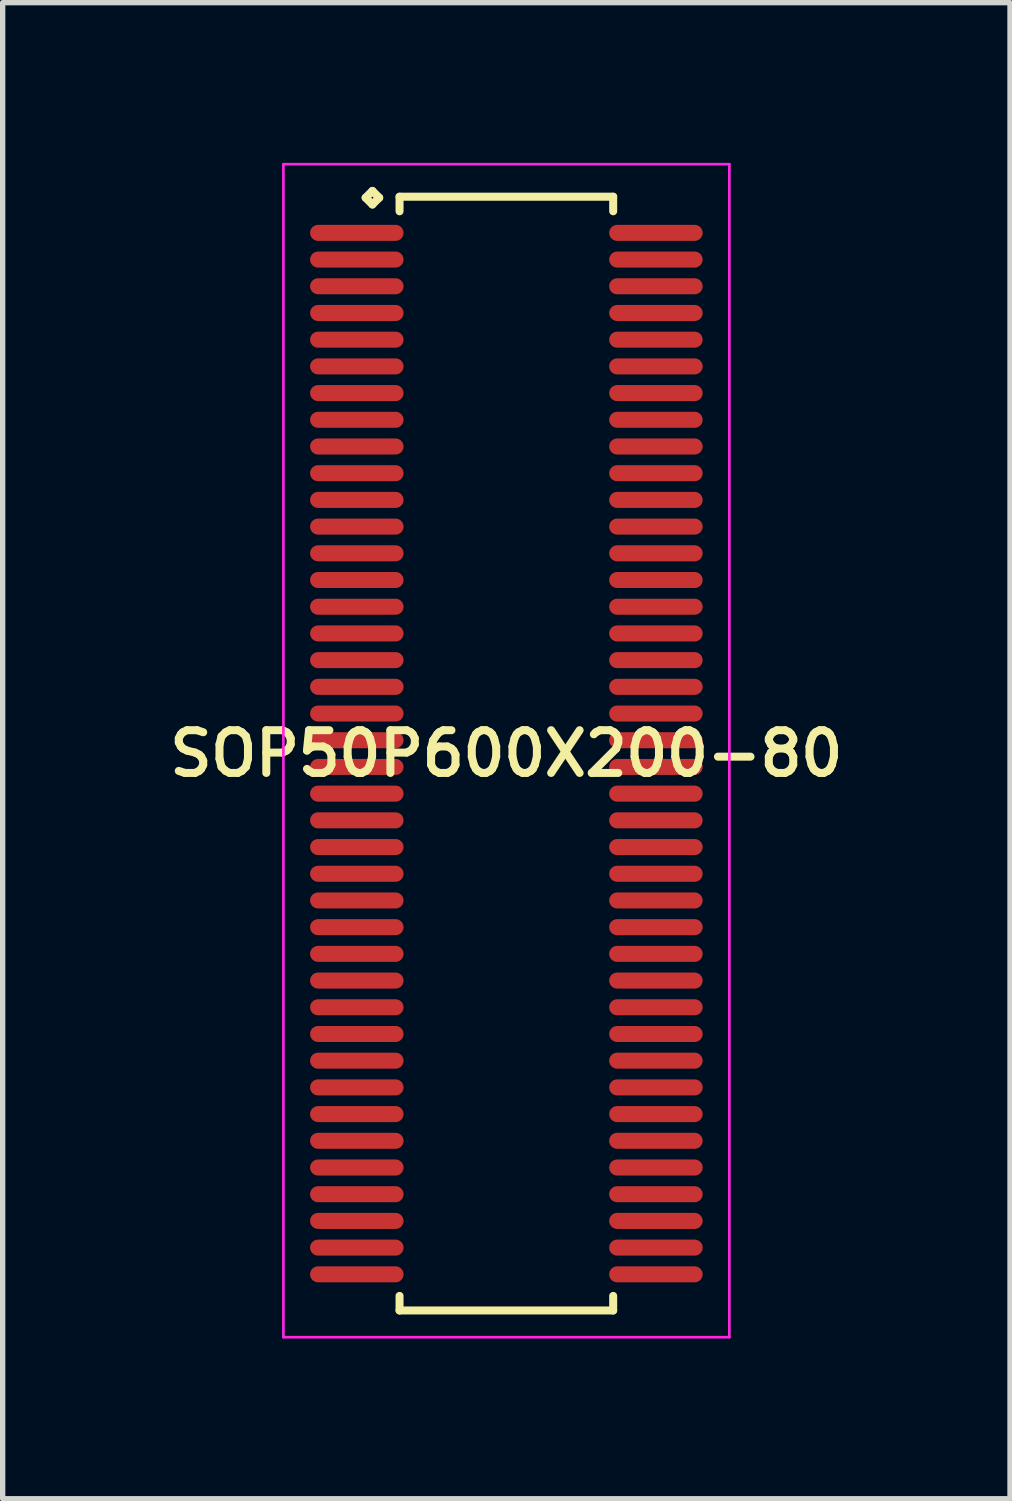
<source format=kicad_pcb>
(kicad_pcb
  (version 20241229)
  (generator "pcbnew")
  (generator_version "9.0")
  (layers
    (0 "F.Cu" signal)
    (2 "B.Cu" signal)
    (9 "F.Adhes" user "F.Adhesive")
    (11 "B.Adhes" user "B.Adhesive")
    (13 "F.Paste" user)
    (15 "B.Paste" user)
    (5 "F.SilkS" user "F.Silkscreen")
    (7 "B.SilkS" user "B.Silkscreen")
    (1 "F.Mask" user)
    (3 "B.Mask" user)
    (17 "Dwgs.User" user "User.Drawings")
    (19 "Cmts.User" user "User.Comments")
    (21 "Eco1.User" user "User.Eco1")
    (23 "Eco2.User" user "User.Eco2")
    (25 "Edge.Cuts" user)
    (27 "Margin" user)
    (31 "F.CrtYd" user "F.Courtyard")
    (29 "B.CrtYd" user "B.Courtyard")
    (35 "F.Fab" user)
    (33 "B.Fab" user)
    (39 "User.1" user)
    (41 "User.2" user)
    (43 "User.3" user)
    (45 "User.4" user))
  (footprint "SOP50P600X200-80"
    (layer "F.Cu")
    (at 6.431 11.06)
    (property "Reference" "SOP50P600X200-80" (at 0 0 0) (layer "F.SilkS") (effects (font (size 0.8 0.8) (thickness 0.15))))
    (attr smd)
    (fp_line (start -2.635 -10.408) (end -2.508 -10.535) (stroke (width 0.15) (type solid)) (layer "F.SilkS"))
    (fp_line (start -2.508 -10.535) (end -2.381 -10.408) (stroke (width 0.15) (type solid)) (layer "F.SilkS"))
    (fp_line (start -2.508 -10.281) (end -2.635 -10.408) (stroke (width 0.15) (type solid)) (layer "F.SilkS"))
    (fp_line (start -2.381 -10.408) (end -2.508 -10.281) (stroke (width 0.15) (type solid)) (layer "F.SilkS"))
    (fp_line (start -2 -10.427) (end 2 -10.427) (stroke (width 0.15) (type solid)) (layer "F.SilkS"))
    (fp_line (start -2 -10.154) (end -2 -10.427) (stroke (width 0.15) (type solid)) (layer "F.SilkS"))
    (fp_line (start -2 10.154) (end -2 10.427) (stroke (width 0.15) (type solid)) (layer "F.SilkS"))
    (fp_line (start -2 10.427) (end 2 10.427) (stroke (width 0.15) (type solid)) (layer "F.SilkS"))
    (fp_line (start 2 -10.427) (end 2 -10.154) (stroke (width 0.15) (type solid)) (layer "F.SilkS"))
    (fp_line (start 2 10.427) (end 2 10.154) (stroke (width 0.15) (type solid)) (layer "F.SilkS"))
    (fp_line (start -4.175 -11.035) (end 4.175 -11.035) (stroke (width 0.05) (type solid)) (layer "F.CrtYd"))
    (fp_line (start -4.175 10.927) (end -4.175 -11.035) (stroke (width 0.05) (type solid)) (layer "F.CrtYd"))
    (fp_line (start 4.175 -11.035) (end 4.175 10.927) (stroke (width 0.05) (type solid)) (layer "F.CrtYd"))
    (fp_line (start 4.175 10.927) (end -4.175 10.927) (stroke (width 0.05) (type solid)) (layer "F.CrtYd"))
    (pad "1" smd oval (at -2.8 -9.75) (size 1.75 0.3) (layers "F.Cu" "F.Mask" "F.Paste"))
    (pad "2" smd oval (at -2.8 -9.25) (size 1.75 0.3) (layers "F.Cu" "F.Mask" "F.Paste"))
    (pad "3" smd oval (at -2.8 -8.75) (size 1.75 0.3) (layers "F.Cu" "F.Mask" "F.Paste"))
    (pad "4" smd oval (at -2.8 -8.25) (size 1.75 0.3) (layers "F.Cu" "F.Mask" "F.Paste"))
    (pad "5" smd oval (at -2.8 -7.75) (size 1.75 0.3) (layers "F.Cu" "F.Mask" "F.Paste"))
    (pad "6" smd oval (at -2.8 -7.25) (size 1.75 0.3) (layers "F.Cu" "F.Mask" "F.Paste"))
    (pad "7" smd oval (at -2.8 -6.75) (size 1.75 0.3) (layers "F.Cu" "F.Mask" "F.Paste"))
    (pad "8" smd oval (at -2.8 -6.25) (size 1.75 0.3) (layers "F.Cu" "F.Mask" "F.Paste"))
    (pad "9" smd oval (at -2.8 -5.75) (size 1.75 0.3) (layers "F.Cu" "F.Mask" "F.Paste"))
    (pad "10" smd oval (at -2.8 -5.25) (size 1.75 0.3) (layers "F.Cu" "F.Mask" "F.Paste"))
    (pad "11" smd oval (at -2.8 -4.75) (size 1.75 0.3) (layers "F.Cu" "F.Mask" "F.Paste"))
    (pad "12" smd oval (at -2.8 -4.25) (size 1.75 0.3) (layers "F.Cu" "F.Mask" "F.Paste"))
    (pad "13" smd oval (at -2.8 -3.75) (size 1.75 0.3) (layers "F.Cu" "F.Mask" "F.Paste"))
    (pad "14" smd oval (at -2.8 -3.25) (size 1.75 0.3) (layers "F.Cu" "F.Mask" "F.Paste"))
    (pad "15" smd oval (at -2.8 -2.75) (size 1.75 0.3) (layers "F.Cu" "F.Mask" "F.Paste"))
    (pad "16" smd oval (at -2.8 -2.25) (size 1.75 0.3) (layers "F.Cu" "F.Mask" "F.Paste"))
    (pad "17" smd oval (at -2.8 -1.75) (size 1.75 0.3) (layers "F.Cu" "F.Mask" "F.Paste"))
    (pad "18" smd oval (at -2.8 -1.25) (size 1.75 0.3) (layers "F.Cu" "F.Mask" "F.Paste"))
    (pad "19" smd oval (at -2.8 -0.75) (size 1.75 0.3) (layers "F.Cu" "F.Mask" "F.Paste"))
    (pad "20" smd oval (at -2.8 -0.25) (size 1.75 0.3) (layers "F.Cu" "F.Mask" "F.Paste"))
    (pad "21" smd oval (at -2.8 0.25) (size 1.75 0.3) (layers "F.Cu" "F.Mask" "F.Paste"))
    (pad "22" smd oval (at -2.8 0.75) (size 1.75 0.3) (layers "F.Cu" "F.Mask" "F.Paste"))
    (pad "23" smd oval (at -2.8 1.25) (size 1.75 0.3) (layers "F.Cu" "F.Mask" "F.Paste"))
    (pad "24" smd oval (at -2.8 1.75) (size 1.75 0.3) (layers "F.Cu" "F.Mask" "F.Paste"))
    (pad "25" smd oval (at -2.8 2.25) (size 1.75 0.3) (layers "F.Cu" "F.Mask" "F.Paste"))
    (pad "26" smd oval (at -2.8 2.75) (size 1.75 0.3) (layers "F.Cu" "F.Mask" "F.Paste"))
    (pad "27" smd oval (at -2.8 3.25) (size 1.75 0.3) (layers "F.Cu" "F.Mask" "F.Paste"))
    (pad "28" smd oval (at -2.8 3.75) (size 1.75 0.3) (layers "F.Cu" "F.Mask" "F.Paste"))
    (pad "29" smd oval (at -2.8 4.25) (size 1.75 0.3) (layers "F.Cu" "F.Mask" "F.Paste"))
    (pad "30" smd oval (at -2.8 4.75) (size 1.75 0.3) (layers "F.Cu" "F.Mask" "F.Paste"))
    (pad "31" smd oval (at -2.8 5.25) (size 1.75 0.3) (layers "F.Cu" "F.Mask" "F.Paste"))
    (pad "32" smd oval (at -2.8 5.75) (size 1.75 0.3) (layers "F.Cu" "F.Mask" "F.Paste"))
    (pad "33" smd oval (at -2.8 6.25) (size 1.75 0.3) (layers "F.Cu" "F.Mask" "F.Paste"))
    (pad "34" smd oval (at -2.8 6.75) (size 1.75 0.3) (layers "F.Cu" "F.Mask" "F.Paste"))
    (pad "35" smd oval (at -2.8 7.25) (size 1.75 0.3) (layers "F.Cu" "F.Mask" "F.Paste"))
    (pad "36" smd oval (at -2.8 7.75) (size 1.75 0.3) (layers "F.Cu" "F.Mask" "F.Paste"))
    (pad "37" smd oval (at -2.8 8.25) (size 1.75 0.3) (layers "F.Cu" "F.Mask" "F.Paste"))
    (pad "38" smd oval (at -2.8 8.75) (size 1.75 0.3) (layers "F.Cu" "F.Mask" "F.Paste"))
    (pad "39" smd oval (at -2.8 9.25) (size 1.75 0.3) (layers "F.Cu" "F.Mask" "F.Paste"))
    (pad "40" smd oval (at -2.8 9.75) (size 1.75 0.3) (layers "F.Cu" "F.Mask" "F.Paste"))
    (pad "41" smd oval (at 2.8 9.75) (size 1.75 0.3) (layers "F.Cu" "F.Mask" "F.Paste"))
    (pad "42" smd oval (at 2.8 9.25) (size 1.75 0.3) (layers "F.Cu" "F.Mask" "F.Paste"))
    (pad "43" smd oval (at 2.8 8.75) (size 1.75 0.3) (layers "F.Cu" "F.Mask" "F.Paste"))
    (pad "44" smd oval (at 2.8 8.25) (size 1.75 0.3) (layers "F.Cu" "F.Mask" "F.Paste"))
    (pad "45" smd oval (at 2.8 7.75) (size 1.75 0.3) (layers "F.Cu" "F.Mask" "F.Paste"))
    (pad "46" smd oval (at 2.8 7.25) (size 1.75 0.3) (layers "F.Cu" "F.Mask" "F.Paste"))
    (pad "47" smd oval (at 2.8 6.75) (size 1.75 0.3) (layers "F.Cu" "F.Mask" "F.Paste"))
    (pad "48" smd oval (at 2.8 6.25) (size 1.75 0.3) (layers "F.Cu" "F.Mask" "F.Paste"))
    (pad "49" smd oval (at 2.8 5.75) (size 1.75 0.3) (layers "F.Cu" "F.Mask" "F.Paste"))
    (pad "50" smd oval (at 2.8 5.25) (size 1.75 0.3) (layers "F.Cu" "F.Mask" "F.Paste"))
    (pad "51" smd oval (at 2.8 4.75) (size 1.75 0.3) (layers "F.Cu" "F.Mask" "F.Paste"))
    (pad "52" smd oval (at 2.8 4.25) (size 1.75 0.3) (layers "F.Cu" "F.Mask" "F.Paste"))
    (pad "53" smd oval (at 2.8 3.75) (size 1.75 0.3) (layers "F.Cu" "F.Mask" "F.Paste"))
    (pad "54" smd oval (at 2.8 3.25) (size 1.75 0.3) (layers "F.Cu" "F.Mask" "F.Paste"))
    (pad "55" smd oval (at 2.8 2.75) (size 1.75 0.3) (layers "F.Cu" "F.Mask" "F.Paste"))
    (pad "56" smd oval (at 2.8 2.25) (size 1.75 0.3) (layers "F.Cu" "F.Mask" "F.Paste"))
    (pad "57" smd oval (at 2.8 1.75) (size 1.75 0.3) (layers "F.Cu" "F.Mask" "F.Paste"))
    (pad "58" smd oval (at 2.8 1.25) (size 1.75 0.3) (layers "F.Cu" "F.Mask" "F.Paste"))
    (pad "59" smd oval (at 2.8 0.75) (size 1.75 0.3) (layers "F.Cu" "F.Mask" "F.Paste"))
    (pad "60" smd oval (at 2.8 0.25) (size 1.75 0.3) (layers "F.Cu" "F.Mask" "F.Paste"))
    (pad "61" smd oval (at 2.8 -0.25) (size 1.75 0.3) (layers "F.Cu" "F.Mask" "F.Paste"))
    (pad "62" smd oval (at 2.8 -0.75) (size 1.75 0.3) (layers "F.Cu" "F.Mask" "F.Paste"))
    (pad "63" smd oval (at 2.8 -1.25) (size 1.75 0.3) (layers "F.Cu" "F.Mask" "F.Paste"))
    (pad "64" smd oval (at 2.8 -1.75) (size 1.75 0.3) (layers "F.Cu" "F.Mask" "F.Paste"))
    (pad "65" smd oval (at 2.8 -2.25) (size 1.75 0.3) (layers "F.Cu" "F.Mask" "F.Paste"))
    (pad "66" smd oval (at 2.8 -2.75) (size 1.75 0.3) (layers "F.Cu" "F.Mask" "F.Paste"))
    (pad "67" smd oval (at 2.8 -3.25) (size 1.75 0.3) (layers "F.Cu" "F.Mask" "F.Paste"))
    (pad "68" smd oval (at 2.8 -3.75) (size 1.75 0.3) (layers "F.Cu" "F.Mask" "F.Paste"))
    (pad "69" smd oval (at 2.8 -4.25) (size 1.75 0.3) (layers "F.Cu" "F.Mask" "F.Paste"))
    (pad "70" smd oval (at 2.8 -4.75) (size 1.75 0.3) (layers "F.Cu" "F.Mask" "F.Paste"))
    (pad "71" smd oval (at 2.8 -5.25) (size 1.75 0.3) (layers "F.Cu" "F.Mask" "F.Paste"))
    (pad "72" smd oval (at 2.8 -5.75) (size 1.75 0.3) (layers "F.Cu" "F.Mask" "F.Paste"))
    (pad "73" smd oval (at 2.8 -6.25) (size 1.75 0.3) (layers "F.Cu" "F.Mask" "F.Paste"))
    (pad "74" smd oval (at 2.8 -6.75) (size 1.75 0.3) (layers "F.Cu" "F.Mask" "F.Paste"))
    (pad "75" smd oval (at 2.8 -7.25) (size 1.75 0.3) (layers "F.Cu" "F.Mask" "F.Paste"))
    (pad "76" smd oval (at 2.8 -7.75) (size 1.75 0.3) (layers "F.Cu" "F.Mask" "F.Paste"))
    (pad "77" smd oval (at 2.8 -8.25) (size 1.75 0.3) (layers "F.Cu" "F.Mask" "F.Paste"))
    (pad "78" smd oval (at 2.8 -8.75) (size 1.75 0.3) (layers "F.Cu" "F.Mask" "F.Paste"))
    (pad "79" smd oval (at 2.8 -9.25) (size 1.75 0.3) (layers "F.Cu" "F.Mask" "F.Paste"))
    (pad "80" smd oval (at 2.8 -9.75) (size 1.75 0.3) (layers "F.Cu" "F.Mask" "F.Paste")))
  (gr_rect
    (start -3 -3)
    (end 15.861 25.012)
    (stroke (width 0.1) (type default))
    (fill no)
    (layer "Edge.Cuts")))
</source>
